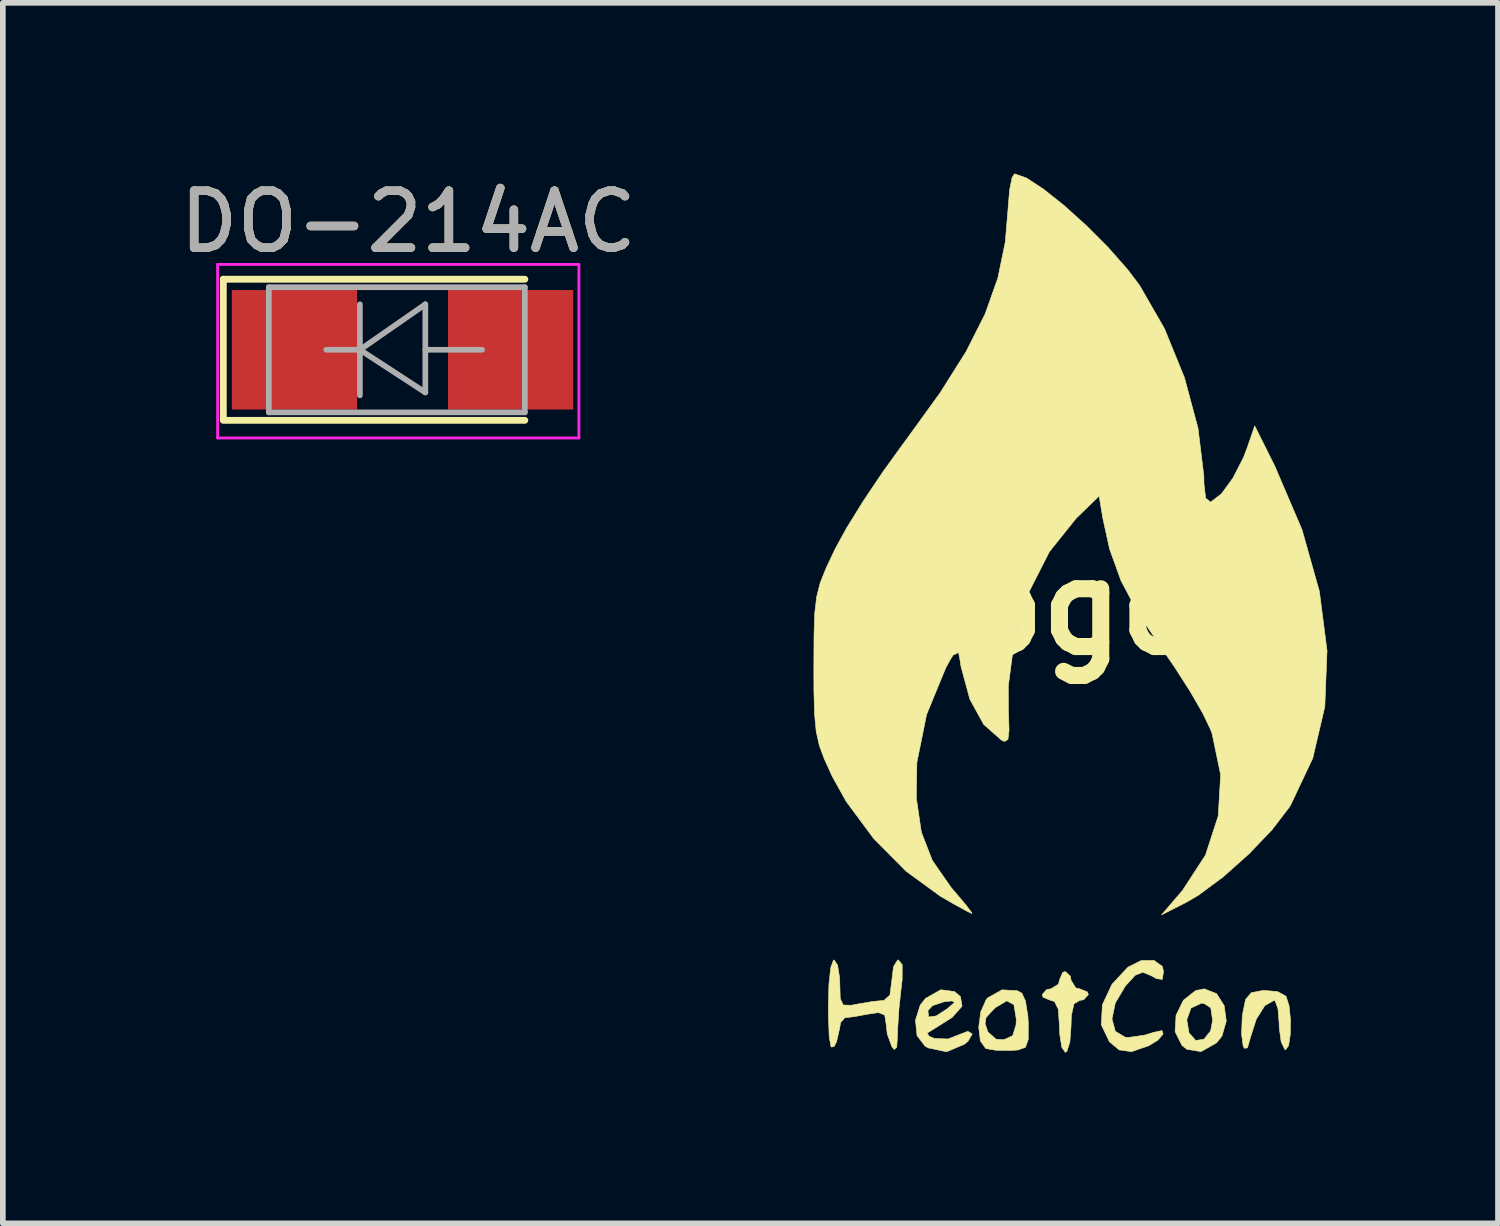
<source format=kicad_pcb>
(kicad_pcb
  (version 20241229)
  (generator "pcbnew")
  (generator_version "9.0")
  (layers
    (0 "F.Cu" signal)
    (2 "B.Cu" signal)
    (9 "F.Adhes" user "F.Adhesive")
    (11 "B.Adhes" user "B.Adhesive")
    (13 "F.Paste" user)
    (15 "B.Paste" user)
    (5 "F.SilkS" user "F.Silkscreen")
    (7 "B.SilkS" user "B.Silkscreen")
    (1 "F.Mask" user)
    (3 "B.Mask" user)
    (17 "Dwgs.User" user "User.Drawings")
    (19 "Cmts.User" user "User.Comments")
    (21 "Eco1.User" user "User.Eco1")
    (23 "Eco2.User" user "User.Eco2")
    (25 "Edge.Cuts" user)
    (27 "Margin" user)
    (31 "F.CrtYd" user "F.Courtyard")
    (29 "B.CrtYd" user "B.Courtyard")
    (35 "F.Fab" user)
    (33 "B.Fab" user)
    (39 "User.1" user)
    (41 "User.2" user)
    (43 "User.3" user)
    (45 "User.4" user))
  (footprint "DO-214AC"
    (layer "F.Cu")
    (at 3.925 3.098)
    (property "Reference" "DO-214AC" (at 0.2 -2.25 0) (layer "F.SilkS") (effects (font (size 1 1) (thickness 0.15))))
    (attr smd)
    (fp_line (start -3.05 -1.24) (end -3.05 1.22) (stroke (width 0.12) (type solid)) (layer "F.SilkS"))
    (fp_line (start -3.05 -1.24) (end 2.25 -1.24) (stroke (width 0.12) (type solid)) (layer "F.SilkS"))
    (fp_line (start -3.05 1.24) (end 2.25 1.24) (stroke (width 0.12) (type solid)) (layer "F.SilkS"))
    (fp_line (start -3.15 -1.5) (end 3.2 -1.5) (stroke (width 0.05) (type solid)) (layer "F.CrtYd"))
    (fp_line (start -3.15 1.55) (end -3.15 -1.5) (stroke (width 0.05) (type solid)) (layer "F.CrtYd"))
    (fp_line (start -3.15 1.55) (end 3.2 1.55) (stroke (width 0.05) (type solid)) (layer "F.CrtYd"))
    (fp_line (start 3.2 1.55) (end 3.2 -1.5) (stroke (width 0.05) (type solid)) (layer "F.CrtYd"))
    (fp_line (start -2.25 1.1) (end -2.25 -1.1) (stroke (width 0.1) (type solid)) (layer "F.Fab"))
    (fp_line (start -0.649 -0.799) (end -0.649 0.801) (stroke (width 0.1) (type solid)) (layer "F.Fab"))
    (fp_line (start -0.649 0) (end -1.24 0) (stroke (width 0.1) (type solid)) (layer "F.Fab"))
    (fp_line (start -0.649 0) (end 0.501 -0.799) (stroke (width 0.1) (type solid)) (layer "F.Fab"))
    (fp_line (start -0.649 0) (end 0.501 0.75) (stroke (width 0.1) (type solid)) (layer "F.Fab"))
    (fp_line (start 0.501 0) (end 1.499 0) (stroke (width 0.1) (type solid)) (layer "F.Fab"))
    (fp_line (start 0.501 0.75) (end 0.501 -0.799) (stroke (width 0.1) (type solid)) (layer "F.Fab"))
    (fp_line (start 2.25 -1.1) (end -2.25 -1.1) (stroke (width 0.1) (type solid)) (layer "F.Fab"))
    (fp_line (start 2.25 -1.1) (end 2.25 1.1) (stroke (width 0.1) (type solid)) (layer "F.Fab"))
    (fp_line (start 2.25 1.1) (end -2.25 1.1) (stroke (width 0.1) (type solid)) (layer "F.Fab"))
    (fp_text user "${REFERENCE}" (at 0.2 -2.25 0) (layer "F.Fab") (effects (font (size 1 1) (thickness 0.15))))
    (pad "1" smd rect (at -1.8 0) (size 2.2 2.1) (layers "F.Cu" "F.Mask" "F.Paste"))
    (pad "2" smd rect (at 2 0) (size 2.2 2.1) (layers "F.Cu" "F.Mask" "F.Paste")))
  (footprint "logo"
    (layer "F.Cu")
    (at 15.572 7.625)
    (property "Reference" "logo" (at 0 0 0) (layer "F.SilkS") (effects (font (size 1.524 1.524) (thickness 0.3))))
    (attr through_hole)
    (fp_poly (pts (xy 2.761 6.79) (xy 2.895 7.001) (xy 2.932 7.272) (xy 2.856 7.536) (xy 2.761 7.655) (xy 2.488 7.809) (xy 2.239 7.768) (xy 2.154 7.701) (xy 2.032 7.457) (xy 2.045 7.251) (xy 2.238 7.251) (xy 2.277 7.481) (xy 2.395 7.613) (xy 2.54 7.591) (xy 2.657 7.445) (xy 2.692 7.263) (xy 2.66 7.04) (xy 2.54 6.962) (xy 2.491 6.96) (xy 2.312 7.043) (xy 2.238 7.251) (xy 2.045 7.251) (xy 2.049 7.17) (xy 2.178 6.907) (xy 2.393 6.736) (xy 2.544 6.706) (xy 2.761 6.79)) (stroke (width 0.01) (type solid)) (fill yes) (layer "F.SilkS"))
    (fp_poly (pts (xy 0.192 6.483) (xy 0.203 6.553) (xy 0.285 6.688) (xy 0.356 6.706) (xy 0.491 6.76) (xy 0.508 6.807) (xy 0.426 6.897) (xy 0.356 6.909) (xy 0.255 6.969) (xy 0.209 7.172) (xy 0.203 7.366) (xy 0.183 7.639) (xy 0.132 7.802) (xy 0.102 7.823) (xy 0.041 7.732) (xy 0.005 7.503) (xy 0 7.366) (xy -0.02 7.065) (xy -0.088 6.927) (xy -0.152 6.909) (xy -0.288 6.854) (xy -0.305 6.807) (xy -0.223 6.717) (xy -0.152 6.706) (xy -0.018 6.624) (xy 0 6.553) (xy 0.055 6.418) (xy 0.102 6.401) (xy 0.192 6.483)) (stroke (width 0.01) (type solid)) (fill yes) (layer "F.SilkS"))
    (fp_poly (pts (xy 1.807 6.31) (xy 1.829 6.402) (xy 1.807 6.54) (xy 1.704 6.526) (xy 1.619 6.478) (xy 1.465 6.414) (xy 1.332 6.466) (xy 1.159 6.655) (xy 0.981 6.954) (xy 0.923 7.235) (xy 0.982 7.452) (xy 1.155 7.556) (xy 1.219 7.559) (xy 1.493 7.52) (xy 1.651 7.472) (xy 1.802 7.439) (xy 1.822 7.5) (xy 1.728 7.609) (xy 1.57 7.705) (xy 1.266 7.81) (xy 1.05 7.779) (xy 0.879 7.637) (xy 0.736 7.34) (xy 0.754 6.986) (xy 0.924 6.624) (xy 1.203 6.325) (xy 1.437 6.208) (xy 1.661 6.206) (xy 1.807 6.31)) (stroke (width 0.01) (type solid)) (fill yes) (layer "F.SilkS"))
    (fp_poly (pts (xy 3.833 6.754) (xy 3.981 6.835) (xy 3.982 6.835) (xy 4.036 7.004) (xy 4.06 7.249) (xy 4.057 7.504) (xy 4.028 7.702) (xy 3.974 7.777) (xy 3.962 7.772) (xy 3.897 7.639) (xy 3.863 7.387) (xy 3.861 7.309) (xy 3.841 7.057) (xy 3.791 6.918) (xy 3.772 6.909) (xy 3.61 7) (xy 3.46 7.238) (xy 3.361 7.544) (xy 3.304 7.744) (xy 3.249 7.75) (xy 3.229 7.709) (xy 3.201 7.503) (xy 3.212 7.209) (xy 3.219 7.15) (xy 3.271 6.891) (xy 3.372 6.774) (xy 3.575 6.734) (xy 3.587 6.733) (xy 3.833 6.754)) (stroke (width 0.01) (type solid)) (fill yes) (layer "F.SilkS"))
    (fp_poly (pts (xy -0.741 6.739) (xy -0.66 6.783) (xy -0.597 6.923) (xy -0.555 7.186) (xy -0.548 7.315) (xy -0.549 7.597) (xy -0.598 7.733) (xy -0.729 7.78) (xy -0.852 7.789) (xy -1.118 7.785) (xy -1.295 7.755) (xy -1.39 7.622) (xy -1.419 7.38) (xy -1.411 7.322) (xy -1.307 7.322) (xy -1.257 7.465) (xy -1.114 7.591) (xy -0.978 7.6) (xy -0.822 7.529) (xy -0.763 7.339) (xy -0.759 7.239) (xy -0.8 6.985) (xy -0.926 6.916) (xy -1.126 7.035) (xy -1.161 7.068) (xy -1.291 7.211) (xy -1.307 7.322) (xy -1.411 7.322) (xy -1.383 7.109) (xy -1.287 6.893) (xy -1.263 6.865) (xy -1.009 6.723) (xy -0.741 6.739)) (stroke (width 0.01) (type solid)) (fill yes) (layer "F.SilkS"))
    (fp_poly (pts (xy -1.843 6.754) (xy -1.74 6.843) (xy -1.712 7.011) (xy -1.885 7.207) (xy -2.184 7.396) (xy -2.326 7.484) (xy -2.289 7.54) (xy -2.196 7.578) (xy -1.958 7.587) (xy -1.805 7.527) (xy -1.611 7.452) (xy -1.533 7.499) (xy -1.608 7.627) (xy -1.671 7.679) (xy -1.984 7.812) (xy -2.306 7.744) (xy -2.362 7.713) (xy -2.503 7.528) (xy -2.531 7.259) (xy -2.477 7.087) (xy -2.312 7.087) (xy -2.3 7.2) (xy -2.167 7.182) (xy -1.975 7.058) (xy -1.844 6.945) (xy -1.888 6.918) (xy -2.024 6.931) (xy -2.229 7) (xy -2.312 7.087) (xy -2.477 7.087) (xy -2.447 6.99) (xy -2.354 6.874) (xy -2.086 6.722) (xy -1.843 6.754)) (stroke (width 0.01) (type solid)) (fill yes) (layer "F.SilkS"))
    (fp_poly (pts (xy -2.764 6.282) (xy -2.765 6.544) (xy -2.78 6.669) (xy -2.821 7.051) (xy -2.845 7.422) (xy -2.846 7.507) (xy -2.86 7.731) (xy -2.905 7.772) (xy -2.946 7.722) (xy -3.027 7.499) (xy -3.046 7.328) (xy -3.071 7.166) (xy -3.181 7.123) (xy -3.365 7.15) (xy -3.615 7.195) (xy -3.771 7.214) (xy -3.772 7.214) (xy -3.848 7.298) (xy -3.862 7.391) (xy -3.918 7.635) (xy -3.962 7.722) (xy -4.014 7.728) (xy -4.047 7.551) (xy -4.061 7.182) (xy -4.062 7.036) (xy -4.052 6.623) (xy -4.02 6.333) (xy -3.973 6.202) (xy -3.962 6.198) (xy -3.9 6.288) (xy -3.864 6.514) (xy -3.861 6.617) (xy -3.853 6.88) (xy -3.8 6.99) (xy -3.658 6.994) (xy -3.543 6.972) (xy -3.275 6.927) (xy -3.086 6.909) (xy -2.98 6.815) (xy -2.946 6.553) (xy -2.917 6.316) (xy -2.845 6.2) (xy -2.831 6.198) (xy -2.764 6.282)) (stroke (width 0.01) (type solid)) (fill yes) (layer "F.SilkS"))
    (fp_poly (pts (xy -0.583 -7.548) (xy -0.281 -7.351) (xy 0.083 -7.061) (xy 0.473 -6.709) (xy 0.855 -6.326) (xy 1.193 -5.943) (xy 1.407 -5.661) (xy 1.847 -4.896) (xy 2.197 -4.036) (xy 2.435 -3.15) (xy 2.538 -2.306) (xy 2.54 -2.167) (xy 2.57 -1.918) (xy 2.655 -1.851) (xy 2.661 -1.852) (xy 2.846 -1.994) (xy 3.05 -2.274) (xy 3.234 -2.632) (xy 3.296 -2.794) (xy 3.432 -3.189) (xy 3.784 -2.484) (xy 4.263 -1.365) (xy 4.569 -0.278) (xy 4.703 0.763) (xy 4.664 1.745) (xy 4.452 2.652) (xy 4.065 3.472) (xy 4.035 3.519) (xy 3.736 3.91) (xy 3.328 4.336) (xy 2.876 4.739) (xy 2.441 5.061) (xy 2.236 5.181) (xy 1.794 5.406) (xy 2.162 4.977) (xy 2.566 4.357) (xy 2.791 3.666) (xy 2.833 2.942) (xy 2.683 2.222) (xy 2.658 2.153) (xy 2.52 1.864) (xy 2.293 1.471) (xy 2.013 1.035) (xy 1.804 0.732) (xy 1.38 0.096) (xy 1.082 -0.468) (xy 0.882 -1.022) (xy 0.763 -1.563) (xy 0.697 -1.958) (xy 0.292 -1.563) (xy -0.176 -0.979) (xy -0.542 -0.259) (xy -0.789 0.546) (xy -0.9 1.388) (xy -0.897 1.836) (xy -0.886 2.162) (xy -0.906 2.323) (xy -0.966 2.357) (xy -1.017 2.336) (xy -1.331 2.059) (xy -1.575 1.616) (xy -1.731 1.038) (xy -1.75 0.914) (xy -1.778 0.775) (xy -1.827 0.773) (xy -1.924 0.927) (xy -2.001 1.07) (xy -2.336 1.886) (xy -2.506 2.725) (xy -2.517 3.346) (xy -2.428 3.95) (xy -2.235 4.449) (xy -1.902 4.928) (xy -1.816 5.028) (xy -1.64 5.236) (xy -1.545 5.363) (xy -1.539 5.383) (xy -1.639 5.334) (xy -1.861 5.212) (xy -2.093 5.078) (xy -2.695 4.639) (xy -3.267 4.062) (xy -3.75 3.41) (xy -3.993 2.973) (xy -4.129 2.675) (xy -4.221 2.428) (xy -4.276 2.179) (xy -4.305 1.874) (xy -4.316 1.462) (xy -4.317 1.016) (xy -4.314 0.483) (xy -4.301 0.1) (xy -4.267 -0.188) (xy -4.204 -0.435) (xy -4.1 -0.693) (xy -3.948 -1.016) (xy -3.744 -1.39) (xy -3.45 -1.865) (xy -3.103 -2.382) (xy -2.74 -2.885) (xy -2.694 -2.946) (xy -2.098 -3.77) (xy -1.641 -4.495) (xy -1.307 -5.156) (xy -1.083 -5.787) (xy -0.952 -6.422) (xy -0.903 -7.011) (xy -0.877 -7.333) (xy -0.833 -7.553) (xy -0.789 -7.62) (xy -0.583 -7.548)) (stroke (width 0.01) (type solid)) (fill yes) (layer "F.SilkS")))
  (gr_rect
    (start -3 -3)
    (end 23.28 18.453)
    (stroke (width 0.1) (type default))
    (fill no)
    (layer "Edge.Cuts")))
</source>
